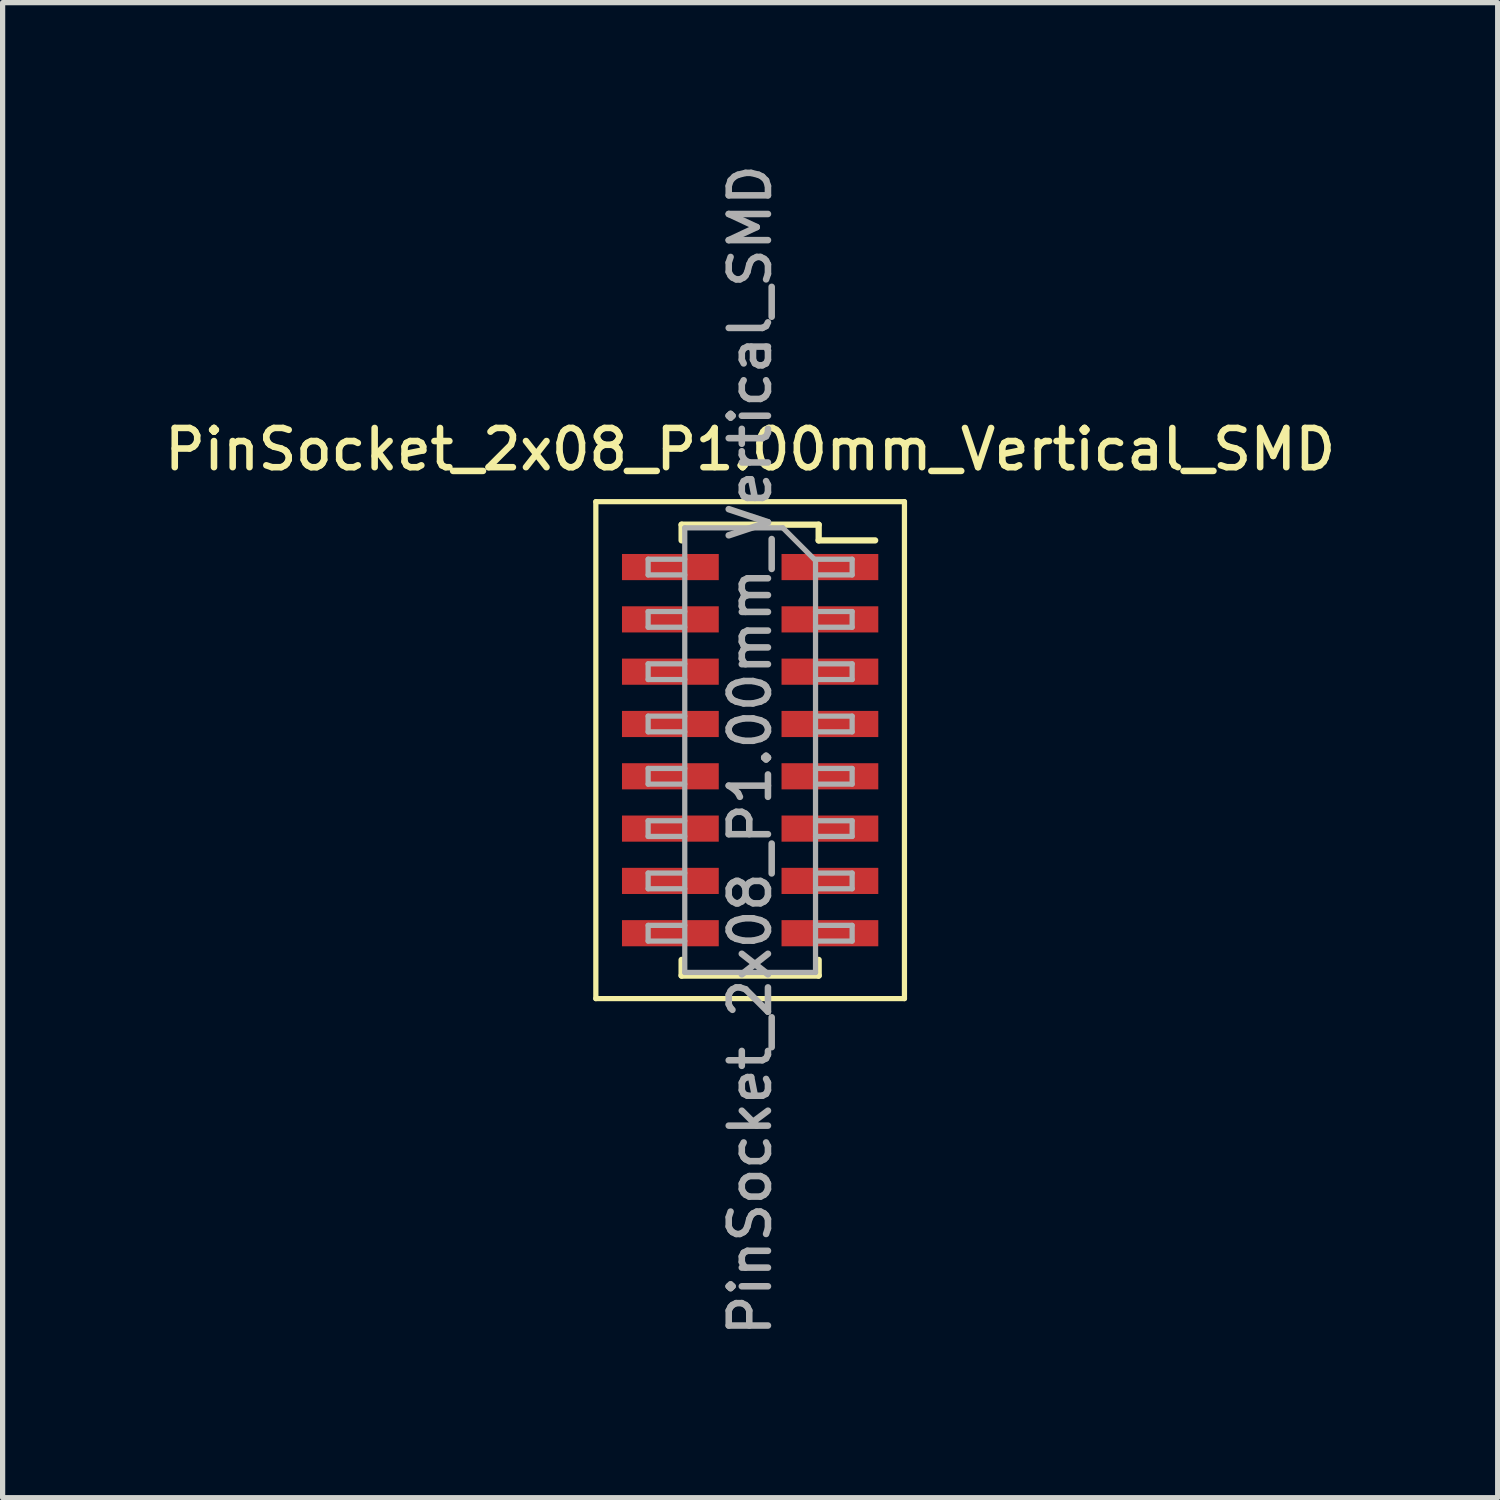
<source format=kicad_pcb>
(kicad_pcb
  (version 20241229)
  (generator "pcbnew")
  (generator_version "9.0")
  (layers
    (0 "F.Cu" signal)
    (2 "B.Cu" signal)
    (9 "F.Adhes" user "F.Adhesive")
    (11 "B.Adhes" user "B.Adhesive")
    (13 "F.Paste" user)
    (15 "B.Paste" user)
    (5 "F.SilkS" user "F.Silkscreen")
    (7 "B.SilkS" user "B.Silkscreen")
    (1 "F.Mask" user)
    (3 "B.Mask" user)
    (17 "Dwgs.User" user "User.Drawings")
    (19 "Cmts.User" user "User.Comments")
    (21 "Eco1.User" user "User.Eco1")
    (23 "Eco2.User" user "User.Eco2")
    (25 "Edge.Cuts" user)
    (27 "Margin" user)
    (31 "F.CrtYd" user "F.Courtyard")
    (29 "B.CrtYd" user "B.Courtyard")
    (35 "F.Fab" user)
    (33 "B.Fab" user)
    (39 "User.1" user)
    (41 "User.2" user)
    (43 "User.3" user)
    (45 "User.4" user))
  (footprint "PinSocket_2x08_P1.00mm_Vertical_SMD"
    (layer "F.Cu")
    (at 11.291 11.291)
    (property "Reference" "PinSocket_2x08_P1.00mm_Vertical_SMD" (at 0 -5.75 0) (layer "F.SilkS") (effects (font (size 0.75 0.75) (thickness 0.125))))
    (attr smd)
    (fp_line (start -2.95 -4.75) (end 2.95 -4.75) (stroke (width 0.1) (type solid)) (layer "F.SilkS"))
    (fp_line (start -2.95 4.75) (end -2.95 -4.75) (stroke (width 0.1) (type solid)) (layer "F.SilkS"))
    (fp_line (start -1.31 -4.31) (end -1.31 -4.01) (stroke (width 0.12) (type solid)) (layer "F.SilkS"))
    (fp_line (start -1.31 -4.31) (end 1.31 -4.31) (stroke (width 0.12) (type solid)) (layer "F.SilkS"))
    (fp_line (start -1.31 4.01) (end -1.31 4.31) (stroke (width 0.12) (type solid)) (layer "F.SilkS"))
    (fp_line (start -1.31 4.31) (end 1.31 4.31) (stroke (width 0.12) (type solid)) (layer "F.SilkS"))
    (fp_line (start 1.31 -4.31) (end 1.31 -4.01) (stroke (width 0.12) (type solid)) (layer "F.SilkS"))
    (fp_line (start 1.31 -4.01) (end 2.39 -4.01) (stroke (width 0.12) (type solid)) (layer "F.SilkS"))
    (fp_line (start 1.31 4.01) (end 1.31 4.31) (stroke (width 0.12) (type solid)) (layer "F.SilkS"))
    (fp_line (start 2.95 -4.75) (end 2.95 4.75) (stroke (width 0.1) (type solid)) (layer "F.SilkS"))
    (fp_line (start 2.95 4.75) (end -2.95 4.75) (stroke (width 0.1) (type solid)) (layer "F.SilkS"))
    (fp_line (start -1.95 -3.65) (end -1.25 -3.65) (stroke (width 0.1) (type solid)) (layer "F.Fab"))
    (fp_line (start -1.95 -3.35) (end -1.95 -3.65) (stroke (width 0.1) (type solid)) (layer "F.Fab"))
    (fp_line (start -1.95 -2.65) (end -1.25 -2.65) (stroke (width 0.1) (type solid)) (layer "F.Fab"))
    (fp_line (start -1.95 -2.35) (end -1.95 -2.65) (stroke (width 0.1) (type solid)) (layer "F.Fab"))
    (fp_line (start -1.95 -1.65) (end -1.25 -1.65) (stroke (width 0.1) (type solid)) (layer "F.Fab"))
    (fp_line (start -1.95 -1.35) (end -1.95 -1.65) (stroke (width 0.1) (type solid)) (layer "F.Fab"))
    (fp_line (start -1.95 -0.65) (end -1.25 -0.65) (stroke (width 0.1) (type solid)) (layer "F.Fab"))
    (fp_line (start -1.95 -0.35) (end -1.95 -0.65) (stroke (width 0.1) (type solid)) (layer "F.Fab"))
    (fp_line (start -1.95 0.35) (end -1.25 0.35) (stroke (width 0.1) (type solid)) (layer "F.Fab"))
    (fp_line (start -1.95 0.65) (end -1.95 0.35) (stroke (width 0.1) (type solid)) (layer "F.Fab"))
    (fp_line (start -1.95 1.35) (end -1.25 1.35) (stroke (width 0.1) (type solid)) (layer "F.Fab"))
    (fp_line (start -1.95 1.65) (end -1.95 1.35) (stroke (width 0.1) (type solid)) (layer "F.Fab"))
    (fp_line (start -1.95 2.35) (end -1.25 2.35) (stroke (width 0.1) (type solid)) (layer "F.Fab"))
    (fp_line (start -1.95 2.65) (end -1.95 2.35) (stroke (width 0.1) (type solid)) (layer "F.Fab"))
    (fp_line (start -1.95 3.35) (end -1.25 3.35) (stroke (width 0.1) (type solid)) (layer "F.Fab"))
    (fp_line (start -1.95 3.65) (end -1.95 3.35) (stroke (width 0.1) (type solid)) (layer "F.Fab"))
    (fp_line (start -1.25 -4.25) (end 0.625 -4.25) (stroke (width 0.1) (type solid)) (layer "F.Fab"))
    (fp_line (start -1.25 -3.35) (end -1.95 -3.35) (stroke (width 0.1) (type solid)) (layer "F.Fab"))
    (fp_line (start -1.25 -2.35) (end -1.95 -2.35) (stroke (width 0.1) (type solid)) (layer "F.Fab"))
    (fp_line (start -1.25 -1.35) (end -1.95 -1.35) (stroke (width 0.1) (type solid)) (layer "F.Fab"))
    (fp_line (start -1.25 -0.35) (end -1.95 -0.35) (stroke (width 0.1) (type solid)) (layer "F.Fab"))
    (fp_line (start -1.25 0.65) (end -1.95 0.65) (stroke (width 0.1) (type solid)) (layer "F.Fab"))
    (fp_line (start -1.25 1.65) (end -1.95 1.65) (stroke (width 0.1) (type solid)) (layer "F.Fab"))
    (fp_line (start -1.25 2.65) (end -1.95 2.65) (stroke (width 0.1) (type solid)) (layer "F.Fab"))
    (fp_line (start -1.25 3.65) (end -1.95 3.65) (stroke (width 0.1) (type solid)) (layer "F.Fab"))
    (fp_line (start -1.25 4.25) (end -1.25 -4.25) (stroke (width 0.1) (type solid)) (layer "F.Fab"))
    (fp_line (start 0.625 -4.25) (end 1.25 -3.625) (stroke (width 0.1) (type solid)) (layer "F.Fab"))
    (fp_line (start 1.25 -3.65) (end 1.95 -3.65) (stroke (width 0.1) (type solid)) (layer "F.Fab"))
    (fp_line (start 1.25 -3.625) (end 1.25 4.25) (stroke (width 0.1) (type solid)) (layer "F.Fab"))
    (fp_line (start 1.25 -2.65) (end 1.95 -2.65) (stroke (width 0.1) (type solid)) (layer "F.Fab"))
    (fp_line (start 1.25 -1.65) (end 1.95 -1.65) (stroke (width 0.1) (type solid)) (layer "F.Fab"))
    (fp_line (start 1.25 -0.65) (end 1.95 -0.65) (stroke (width 0.1) (type solid)) (layer "F.Fab"))
    (fp_line (start 1.25 0.35) (end 1.95 0.35) (stroke (width 0.1) (type solid)) (layer "F.Fab"))
    (fp_line (start 1.25 1.35) (end 1.95 1.35) (stroke (width 0.1) (type solid)) (layer "F.Fab"))
    (fp_line (start 1.25 2.35) (end 1.95 2.35) (stroke (width 0.1) (type solid)) (layer "F.Fab"))
    (fp_line (start 1.25 3.35) (end 1.95 3.35) (stroke (width 0.1) (type solid)) (layer "F.Fab"))
    (fp_line (start 1.25 4.25) (end -1.25 4.25) (stroke (width 0.1) (type solid)) (layer "F.Fab"))
    (fp_line (start 1.95 -3.65) (end 1.95 -3.35) (stroke (width 0.1) (type solid)) (layer "F.Fab"))
    (fp_line (start 1.95 -3.35) (end 1.25 -3.35) (stroke (width 0.1) (type solid)) (layer "F.Fab"))
    (fp_line (start 1.95 -2.65) (end 1.95 -2.35) (stroke (width 0.1) (type solid)) (layer "F.Fab"))
    (fp_line (start 1.95 -2.35) (end 1.25 -2.35) (stroke (width 0.1) (type solid)) (layer "F.Fab"))
    (fp_line (start 1.95 -1.65) (end 1.95 -1.35) (stroke (width 0.1) (type solid)) (layer "F.Fab"))
    (fp_line (start 1.95 -1.35) (end 1.25 -1.35) (stroke (width 0.1) (type solid)) (layer "F.Fab"))
    (fp_line (start 1.95 -0.65) (end 1.95 -0.35) (stroke (width 0.1) (type solid)) (layer "F.Fab"))
    (fp_line (start 1.95 -0.35) (end 1.25 -0.35) (stroke (width 0.1) (type solid)) (layer "F.Fab"))
    (fp_line (start 1.95 0.35) (end 1.95 0.65) (stroke (width 0.1) (type solid)) (layer "F.Fab"))
    (fp_line (start 1.95 0.65) (end 1.25 0.65) (stroke (width 0.1) (type solid)) (layer "F.Fab"))
    (fp_line (start 1.95 1.35) (end 1.95 1.65) (stroke (width 0.1) (type solid)) (layer "F.Fab"))
    (fp_line (start 1.95 1.65) (end 1.25 1.65) (stroke (width 0.1) (type solid)) (layer "F.Fab"))
    (fp_line (start 1.95 2.35) (end 1.95 2.65) (stroke (width 0.1) (type solid)) (layer "F.Fab"))
    (fp_line (start 1.95 2.65) (end 1.25 2.65) (stroke (width 0.1) (type solid)) (layer "F.Fab"))
    (fp_line (start 1.95 3.35) (end 1.95 3.65) (stroke (width 0.1) (type solid)) (layer "F.Fab"))
    (fp_line (start 1.95 3.65) (end 1.25 3.65) (stroke (width 0.1) (type solid)) (layer "F.Fab"))
    (fp_text user "${REFERENCE}" (at 0 0 90) (layer "F.Fab") (effects (font (size 0.75 0.75) (thickness 0.125))))
    (pad "1" smd rect (at 1.525 -3.5) (size 1.85 0.5) (layers "F.Cu" "F.Mask" "F.Paste"))
    (pad "2" smd rect (at -1.525 -3.5) (size 1.85 0.5) (layers "F.Cu" "F.Mask" "F.Paste"))
    (pad "3" smd rect (at 1.525 -2.5) (size 1.85 0.5) (layers "F.Cu" "F.Mask" "F.Paste"))
    (pad "4" smd rect (at -1.525 -2.5) (size 1.85 0.5) (layers "F.Cu" "F.Mask" "F.Paste"))
    (pad "5" smd rect (at 1.525 -1.5) (size 1.85 0.5) (layers "F.Cu" "F.Mask" "F.Paste"))
    (pad "6" smd rect (at -1.525 -1.5) (size 1.85 0.5) (layers "F.Cu" "F.Mask" "F.Paste"))
    (pad "7" smd rect (at 1.525 -0.5) (size 1.85 0.5) (layers "F.Cu" "F.Mask" "F.Paste"))
    (pad "8" smd rect (at -1.525 -0.5) (size 1.85 0.5) (layers "F.Cu" "F.Mask" "F.Paste"))
    (pad "9" smd rect (at 1.525 0.5) (size 1.85 0.5) (layers "F.Cu" "F.Mask" "F.Paste"))
    (pad "10" smd rect (at -1.525 0.5) (size 1.85 0.5) (layers "F.Cu" "F.Mask" "F.Paste"))
    (pad "11" smd rect (at 1.525 1.5) (size 1.85 0.5) (layers "F.Cu" "F.Mask" "F.Paste"))
    (pad "12" smd rect (at -1.525 1.5) (size 1.85 0.5) (layers "F.Cu" "F.Mask" "F.Paste"))
    (pad "13" smd rect (at 1.525 2.5) (size 1.85 0.5) (layers "F.Cu" "F.Mask" "F.Paste"))
    (pad "14" smd rect (at -1.525 2.5) (size 1.85 0.5) (layers "F.Cu" "F.Mask" "F.Paste"))
    (pad "15" smd rect (at 1.525 3.5) (size 1.85 0.5) (layers "F.Cu" "F.Mask" "F.Paste"))
    (pad "16" smd rect (at -1.525 3.5) (size 1.85 0.5) (layers "F.Cu" "F.Mask" "F.Paste")))
  (gr_rect
    (start -3 -3)
    (end 25.582 25.582)
    (stroke (width 0.1) (type default))
    (fill no)
    (layer "Edge.Cuts")))
</source>
